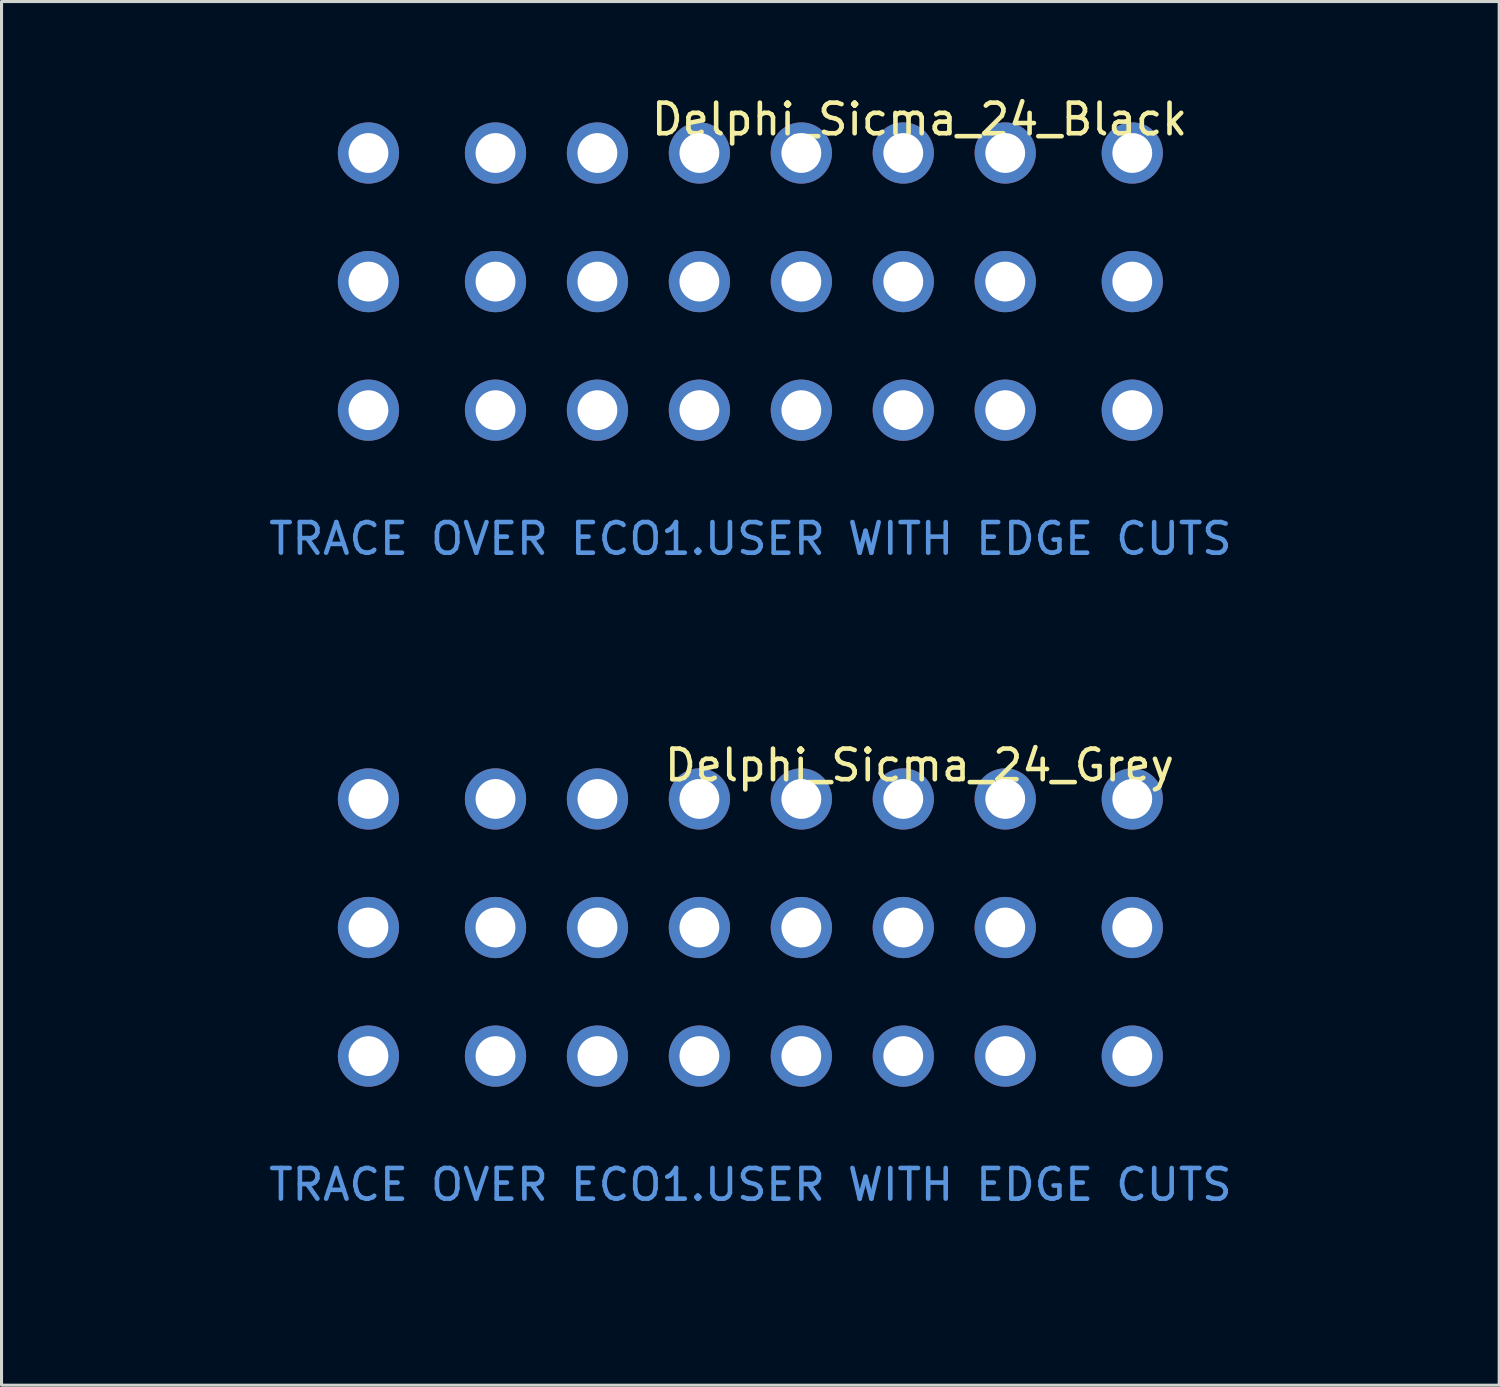
<source format=kicad_pcb>
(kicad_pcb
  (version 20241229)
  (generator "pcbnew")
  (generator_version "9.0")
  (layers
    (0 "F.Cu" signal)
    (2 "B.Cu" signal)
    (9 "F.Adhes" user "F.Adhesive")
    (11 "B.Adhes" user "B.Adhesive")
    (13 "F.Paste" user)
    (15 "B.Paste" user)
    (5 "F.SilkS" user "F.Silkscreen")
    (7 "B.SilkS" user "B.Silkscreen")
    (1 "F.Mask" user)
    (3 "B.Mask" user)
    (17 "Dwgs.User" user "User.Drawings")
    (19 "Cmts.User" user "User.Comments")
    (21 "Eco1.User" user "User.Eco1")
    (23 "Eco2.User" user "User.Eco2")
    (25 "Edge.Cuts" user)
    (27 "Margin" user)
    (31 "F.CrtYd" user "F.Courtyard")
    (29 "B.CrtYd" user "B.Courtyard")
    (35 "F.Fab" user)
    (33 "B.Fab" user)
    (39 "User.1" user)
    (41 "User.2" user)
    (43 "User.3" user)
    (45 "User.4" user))
  (footprint "Delphi_Sicma_24_Grey"
    (layer "F.Cu")
    (at 21.46 38.947)
    (property "Reference" "Delphi_Sicma_24_Grey" (at 5.525 -17 0) (layer "F.SilkS") (effects (font (size 1 1) (thickness 0.15))))
    (attr through_hole)
    (fp_line (start -21.4 -10.6) (end -21.4 -7.1) (stroke (width 0.12) (type solid)) (layer "Eco1.User"))
    (fp_line (start -21.4 -7.1) (end -19.2 -7.1) (stroke (width 0.12) (type solid)) (layer "Eco1.User"))
    (fp_line (start -19.2 -10.6) (end -21.4 -10.6) (stroke (width 0.12) (type solid)) (layer "Eco1.User"))
    (fp_line (start -19.2 -7.1) (end -19.2 -10.6) (stroke (width 0.12) (type solid)) (layer "Eco1.User"))
    (fp_line (start 15 -2.2) (end 17 -2.2) (stroke (width 0.12) (type solid)) (layer "Eco1.User"))
    (fp_line (start 15 0) (end -21.4 0) (stroke (width 0.12) (type solid)) (layer "Eco1.User"))
    (fp_line (start 15 0) (end 15 -2.2) (stroke (width 0.12) (type solid)) (layer "Eco1.User"))
    (fp_line (start 17 -2.2) (end 17 0) (stroke (width 0.12) (type solid)) (layer "Eco1.User"))
    (fp_line (start 19.2 -12.1) (end 19.2 -7.1) (stroke (width 0.12) (type solid)) (layer "Eco1.User"))
    (fp_line (start 19.2 -7.1) (end 21.4 -7.1) (stroke (width 0.12) (type solid)) (layer "Eco1.User"))
    (fp_line (start 21.4 -12.1) (end 19.2 -12.1) (stroke (width 0.12) (type solid)) (layer "Eco1.User"))
    (fp_line (start 21.4 -7.1) (end 21.4 -12.1) (stroke (width 0.12) (type solid)) (layer "Eco1.User"))
    (fp_line (start 21.4 0) (end 17 0) (stroke (width 0.12) (type solid)) (layer "Eco1.User"))
    (fp_text user "TRACE OVER ECO1.USER WITH EDGE CUTS" (at 0 -3.3 0) (layer "Cmts.User") (effects (font (size 1 1) (thickness 0.15))))
    (pad "A1" thru_hole circle (at 12.475 -15.9) (size 2 2) (drill 1.3) (layers "*.Cu" "*.Mask"))
    (pad "A2" thru_hole circle (at 8.325 -15.9) (size 2 2) (drill 1.3) (layers "*.Cu" "*.Mask"))
    (pad "A3" thru_hole circle (at 4.995 -15.9) (size 2 2) (drill 1.3) (layers "*.Cu" "*.Mask"))
    (pad "A4" thru_hole circle (at 1.665 -15.9) (size 2 2) (drill 1.3) (layers "*.Cu" "*.Mask"))
    (pad "A5" thru_hole circle (at -1.665 -15.9) (size 2 2) (drill 1.3) (layers "*.Cu" "*.Mask"))
    (pad "A6" thru_hole circle (at -4.995 -15.9) (size 2 2) (drill 1.3) (layers "*.Cu" "*.Mask"))
    (pad "A7" thru_hole circle (at -8.325 -15.9) (size 2 2) (drill 1.3) (layers "*.Cu" "*.Mask"))
    (pad "A8" thru_hole circle (at -12.475 -15.9) (size 2 2) (drill 1.3) (layers "*.Cu" "*.Mask"))
    (pad "B1" thru_hole circle (at 12.475 -11.7) (size 2 2) (drill 1.3) (layers "*.Cu" "*.Mask"))
    (pad "B2" thru_hole circle (at 8.325 -11.7) (size 2 2) (drill 1.3) (layers "*.Cu" "*.Mask"))
    (pad "B3" thru_hole circle (at 4.995 -11.7) (size 2 2) (drill 1.3) (layers "*.Cu" "*.Mask"))
    (pad "B4" thru_hole circle (at 1.665 -11.7) (size 2 2) (drill 1.3) (layers "*.Cu" "*.Mask"))
    (pad "B5" thru_hole circle (at -1.665 -11.7) (size 2 2) (drill 1.3) (layers "*.Cu" "*.Mask"))
    (pad "B6" thru_hole circle (at -4.995 -11.7) (size 2 2) (drill 1.3) (layers "*.Cu" "*.Mask"))
    (pad "B7" thru_hole circle (at -8.325 -11.7) (size 2 2) (drill 1.3) (layers "*.Cu" "*.Mask"))
    (pad "B8" thru_hole circle (at -12.475 -11.7) (size 2 2) (drill 1.3) (layers "*.Cu" "*.Mask"))
    (pad "C1" thru_hole circle (at 12.475 -7.5) (size 2 2) (drill 1.3) (layers "*.Cu" "*.Mask"))
    (pad "C2" thru_hole circle (at 8.325 -7.5) (size 2 2) (drill 1.3) (layers "*.Cu" "*.Mask"))
    (pad "C3" thru_hole circle (at 4.995 -7.5) (size 2 2) (drill 1.3) (layers "*.Cu" "*.Mask"))
    (pad "C4" thru_hole circle (at 1.665 -7.5) (size 2 2) (drill 1.3) (layers "*.Cu" "*.Mask"))
    (pad "C5" thru_hole circle (at -1.665 -7.5) (size 2 2) (drill 1.3) (layers "*.Cu" "*.Mask"))
    (pad "C6" thru_hole circle (at -4.995 -7.5) (size 2 2) (drill 1.3) (layers "*.Cu" "*.Mask"))
    (pad "C7" thru_hole circle (at -8.325 -7.5) (size 2 2) (drill 1.3) (layers "*.Cu" "*.Mask"))
    (pad "C8" thru_hole circle (at -12.475 -7.5) (size 2 2) (drill 1.3) (layers "*.Cu" "*.Mask")))
  (footprint "Delphi_Sicma_24_Black"
    (layer "F.Cu")
    (at 21.46 17.848)
    (property "Reference" "Delphi_Sicma_24_Black" (at 5.525 -17 0) (layer "F.SilkS") (effects (font (size 1 1) (thickness 0.15))))
    (attr through_hole)
    (fp_line (start -21.4 -12.1) (end -21.4 -7.1) (stroke (width 0.12) (type solid)) (layer "Eco1.User"))
    (fp_line (start -21.4 -7.1) (end -19.2 -7.1) (stroke (width 0.12) (type solid)) (layer "Eco1.User"))
    (fp_line (start -21.4 0) (end -17 0) (stroke (width 0.12) (type solid)) (layer "Eco1.User"))
    (fp_line (start -19.2 -12.1) (end -21.4 -12.1) (stroke (width 0.12) (type solid)) (layer "Eco1.User"))
    (fp_line (start -19.2 -7.1) (end -19.2 -12.1) (stroke (width 0.12) (type solid)) (layer "Eco1.User"))
    (fp_line (start -17 -2.2) (end -17 0) (stroke (width 0.12) (type solid)) (layer "Eco1.User"))
    (fp_line (start -15 -2.2) (end -17 -2.2) (stroke (width 0.12) (type solid)) (layer "Eco1.User"))
    (fp_line (start -15 0) (end -15 -2.2) (stroke (width 0.12) (type solid)) (layer "Eco1.User"))
    (fp_line (start -15 0) (end 21.4 0) (stroke (width 0.12) (type solid)) (layer "Eco1.User"))
    (fp_line (start 19.2 -10.6) (end 19.2 -7.1) (stroke (width 0.12) (type solid)) (layer "Eco1.User"))
    (fp_line (start 19.2 -7.1) (end 21.4 -7.1) (stroke (width 0.12) (type solid)) (layer "Eco1.User"))
    (fp_line (start 21.4 -10.6) (end 19.2 -10.6) (stroke (width 0.12) (type solid)) (layer "Eco1.User"))
    (fp_line (start 21.4 -7.1) (end 21.4 -10.6) (stroke (width 0.12) (type solid)) (layer "Eco1.User"))
    (fp_text user "TRACE OVER ECO1.USER WITH EDGE CUTS" (at 0 -3.3 0) (layer "Cmts.User") (effects (font (size 1 1) (thickness 0.15))))
    (pad "A1" thru_hole circle (at 12.475 -15.9) (size 2 2) (drill 1.3) (layers "*.Cu" "*.Mask"))
    (pad "A2" thru_hole circle (at 8.325 -15.9) (size 2 2) (drill 1.3) (layers "*.Cu" "*.Mask"))
    (pad "A3" thru_hole circle (at 4.995 -15.9) (size 2 2) (drill 1.3) (layers "*.Cu" "*.Mask"))
    (pad "A4" thru_hole circle (at 1.665 -15.9) (size 2 2) (drill 1.3) (layers "*.Cu" "*.Mask"))
    (pad "A5" thru_hole circle (at -1.665 -15.9) (size 2 2) (drill 1.3) (layers "*.Cu" "*.Mask"))
    (pad "A6" thru_hole circle (at -4.995 -15.9) (size 2 2) (drill 1.3) (layers "*.Cu" "*.Mask"))
    (pad "A7" thru_hole circle (at -8.325 -15.9) (size 2 2) (drill 1.3) (layers "*.Cu" "*.Mask"))
    (pad "A8" thru_hole circle (at -12.475 -15.9) (size 2 2) (drill 1.3) (layers "*.Cu" "*.Mask"))
    (pad "B1" thru_hole circle (at 12.475 -11.7) (size 2 2) (drill 1.3) (layers "*.Cu" "*.Mask"))
    (pad "B2" thru_hole circle (at 8.325 -11.7) (size 2 2) (drill 1.3) (layers "*.Cu" "*.Mask"))
    (pad "B3" thru_hole circle (at 4.995 -11.7) (size 2 2) (drill 1.3) (layers "*.Cu" "*.Mask"))
    (pad "B4" thru_hole circle (at 1.665 -11.7) (size 2 2) (drill 1.3) (layers "*.Cu" "*.Mask"))
    (pad "B5" thru_hole circle (at -1.665 -11.7) (size 2 2) (drill 1.3) (layers "*.Cu" "*.Mask"))
    (pad "B6" thru_hole circle (at -4.995 -11.7) (size 2 2) (drill 1.3) (layers "*.Cu" "*.Mask"))
    (pad "B7" thru_hole circle (at -8.325 -11.7) (size 2 2) (drill 1.3) (layers "*.Cu" "*.Mask"))
    (pad "B8" thru_hole circle (at -12.475 -11.7) (size 2 2) (drill 1.3) (layers "*.Cu" "*.Mask"))
    (pad "C1" thru_hole circle (at 12.475 -7.5) (size 2 2) (drill 1.3) (layers "*.Cu" "*.Mask"))
    (pad "C2" thru_hole circle (at 8.325 -7.5) (size 2 2) (drill 1.3) (layers "*.Cu" "*.Mask"))
    (pad "C3" thru_hole circle (at 4.995 -7.5) (size 2 2) (drill 1.3) (layers "*.Cu" "*.Mask"))
    (pad "C4" thru_hole circle (at 1.665 -7.5) (size 2 2) (drill 1.3) (layers "*.Cu" "*.Mask"))
    (pad "C5" thru_hole circle (at -1.665 -7.5) (size 2 2) (drill 1.3) (layers "*.Cu" "*.Mask"))
    (pad "C6" thru_hole circle (at -4.995 -7.5) (size 2 2) (drill 1.3) (layers "*.Cu" "*.Mask"))
    (pad "C7" thru_hole circle (at -8.325 -7.5) (size 2 2) (drill 1.3) (layers "*.Cu" "*.Mask"))
    (pad "C8" thru_hole circle (at -12.475 -7.5) (size 2 2) (drill 1.3) (layers "*.Cu" "*.Mask")))
  (gr_rect
    (start -3 -3)
    (end 45.92 42.197)
    (stroke (width 0.1) (type default))
    (fill no)
    (layer "Edge.Cuts")))
</source>
